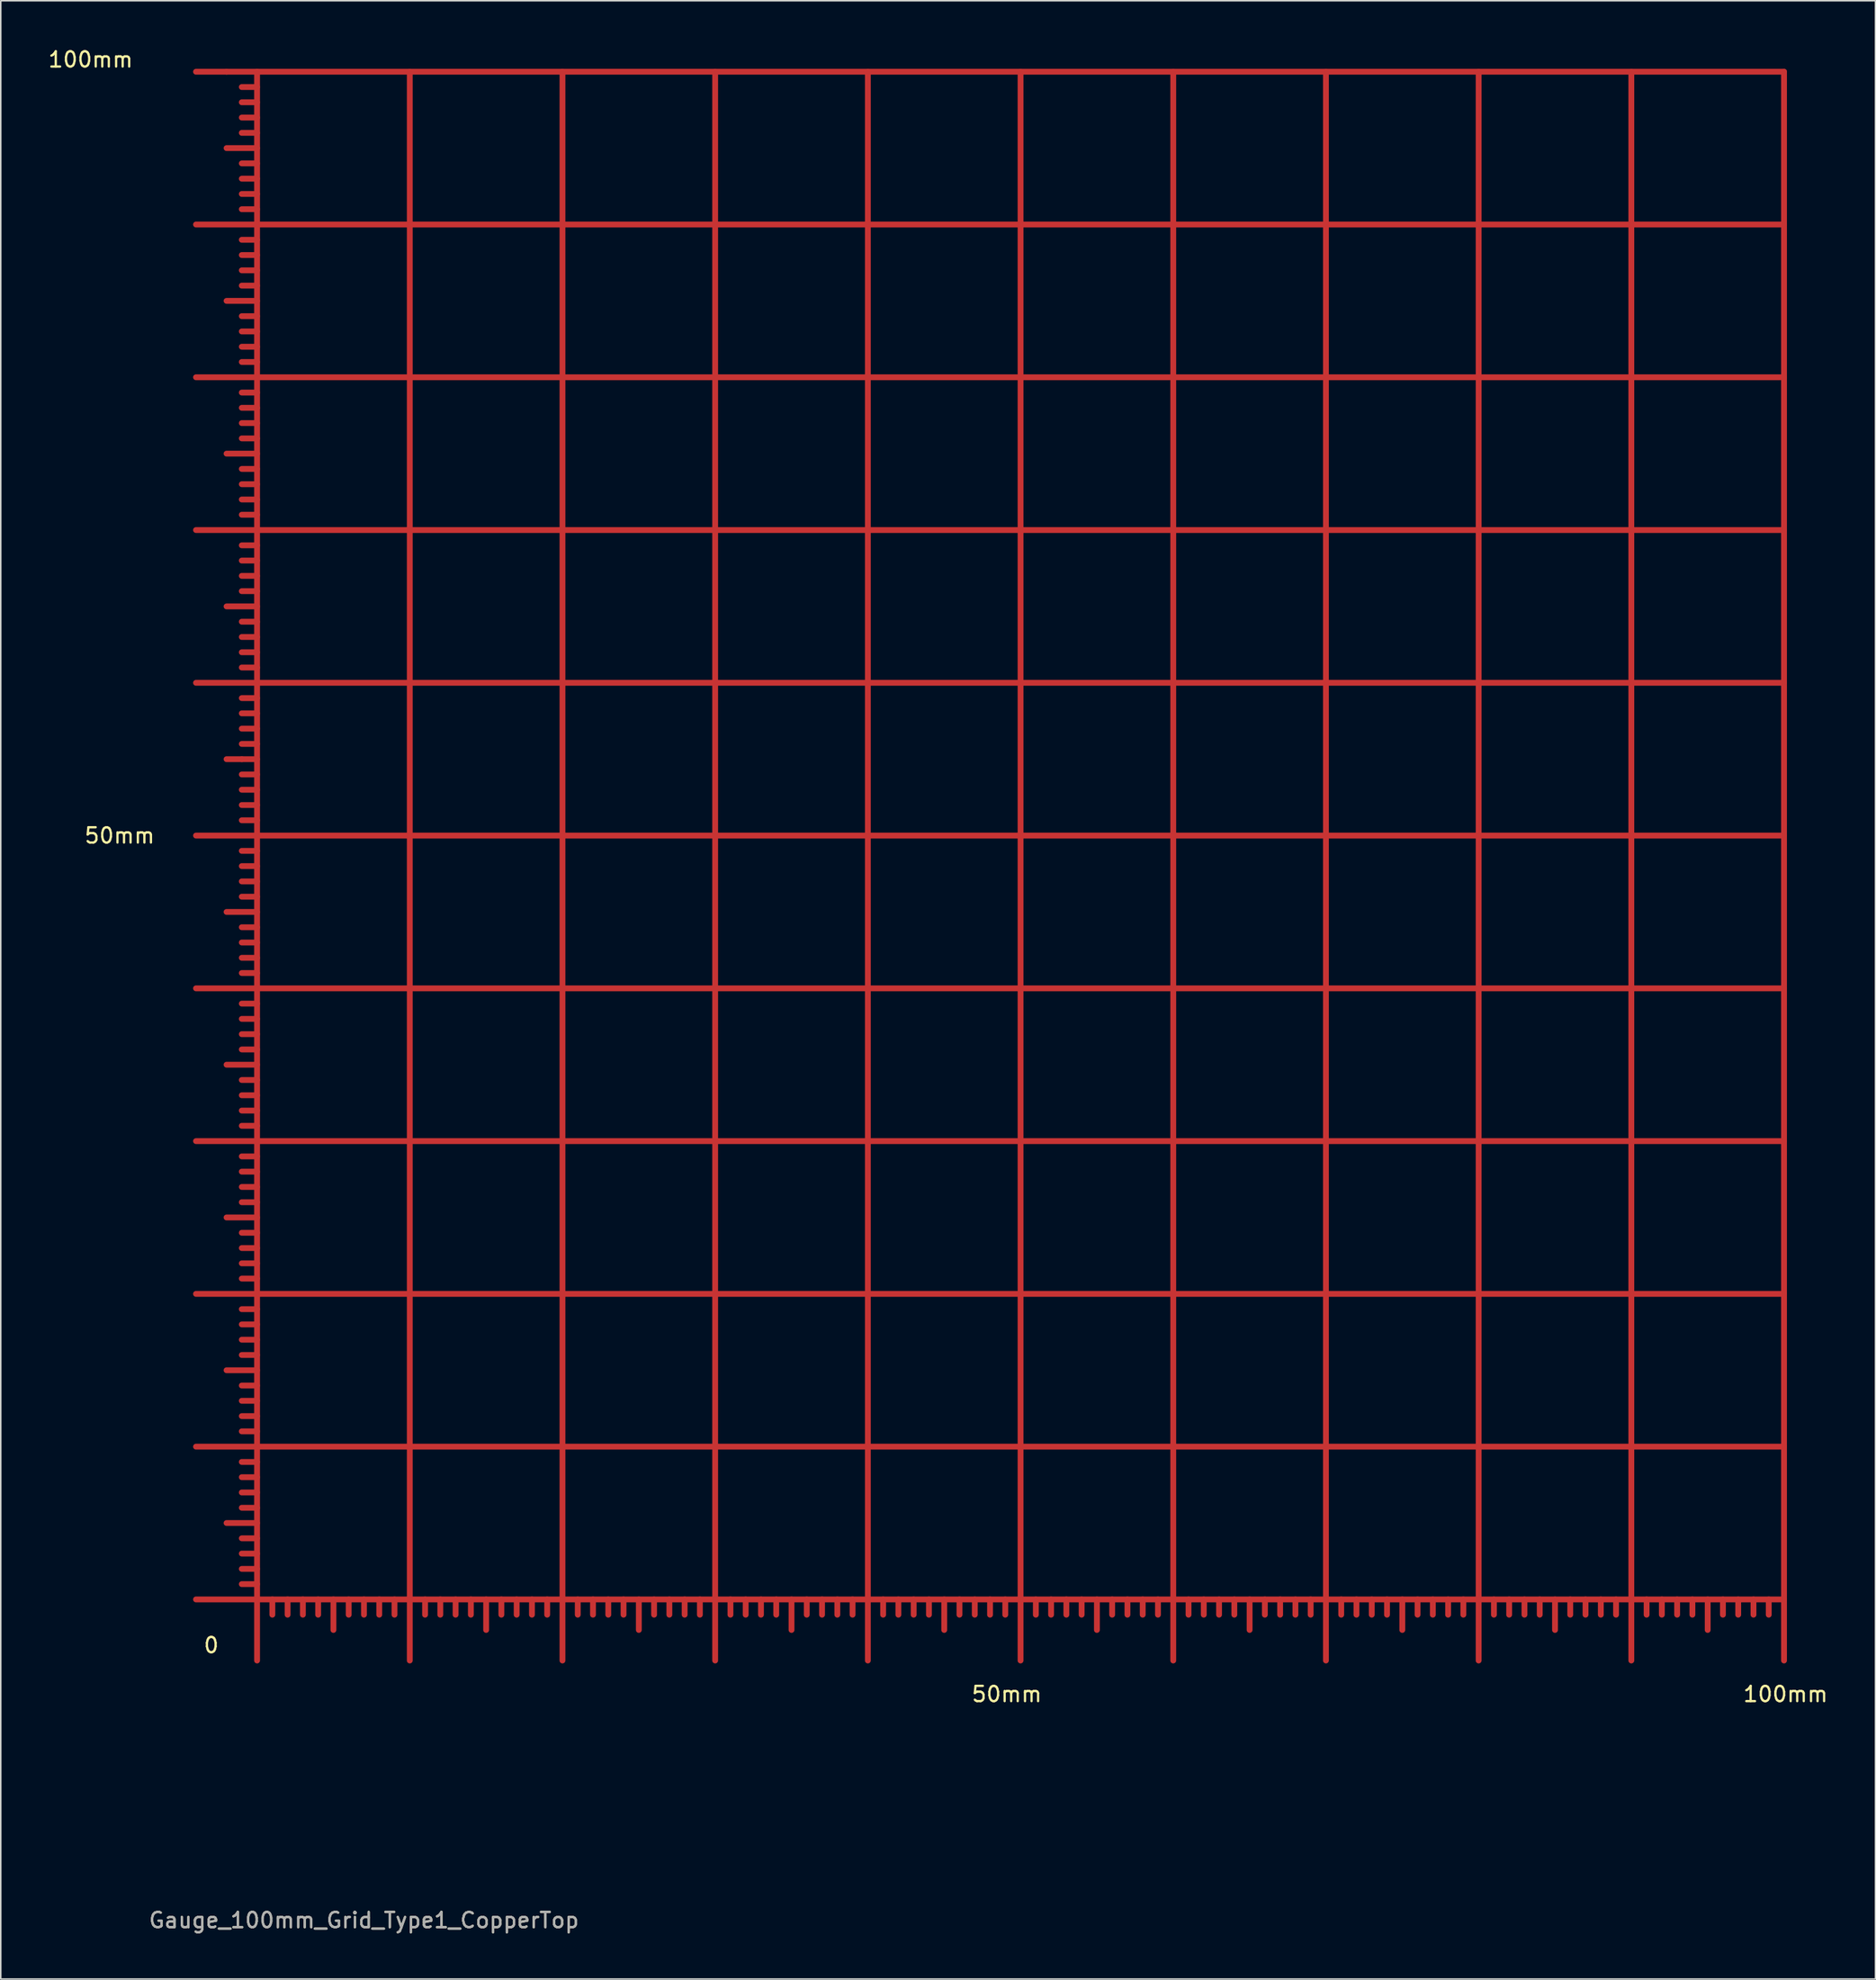
<source format=kicad_pcb>
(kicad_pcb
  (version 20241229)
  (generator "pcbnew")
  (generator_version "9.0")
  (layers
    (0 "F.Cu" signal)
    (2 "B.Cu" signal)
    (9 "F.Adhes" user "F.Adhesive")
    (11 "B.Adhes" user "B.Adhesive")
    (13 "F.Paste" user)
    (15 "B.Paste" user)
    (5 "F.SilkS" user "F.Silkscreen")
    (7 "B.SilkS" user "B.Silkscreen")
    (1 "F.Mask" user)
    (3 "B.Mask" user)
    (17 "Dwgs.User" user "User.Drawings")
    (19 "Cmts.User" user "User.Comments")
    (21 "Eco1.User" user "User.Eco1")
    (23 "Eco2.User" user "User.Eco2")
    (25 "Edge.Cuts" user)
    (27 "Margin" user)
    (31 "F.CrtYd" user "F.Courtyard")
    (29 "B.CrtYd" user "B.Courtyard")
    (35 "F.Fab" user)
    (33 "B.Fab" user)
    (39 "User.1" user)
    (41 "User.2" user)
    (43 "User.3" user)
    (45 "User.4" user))
  (footprint "Gauge_100mm_Grid_Type1_CopperTop"
    (layer "F.Cu")
    (at 13.786 101.646)
    (property "Reference" "Gauge_100mm_Grid_Type1_CopperTop" (at 7 21.001 0) (layer "F.SilkS") (effects (font (size 1 1) (thickness 0.15))))
    (attr exclude_from_pos_files exclude_from_bom)
    (fp_line (start -1.999 -100) (end -4 -100) (stroke (width 0.381) (type solid)) (layer "F.Cu"))
    (fp_line (start -1.001 -55.001) (end -1.999 -55.001) (stroke (width 0.381) (type solid)) (layer "F.Cu"))
    (fp_line (start 0 -100) (end -1.999 -100) (stroke (width 0.381) (type solid)) (layer "F.Cu"))
    (fp_line (start 0 -100) (end 100 -100) (stroke (width 0.381) (type solid)) (layer "F.Cu"))
    (fp_line (start 0 -98.999) (end -1.001 -98.999) (stroke (width 0.381) (type solid)) (layer "F.Cu"))
    (fp_line (start 0 -98.001) (end -1.001 -98.001) (stroke (width 0.381) (type solid)) (layer "F.Cu"))
    (fp_line (start 0 -97) (end -1.001 -97) (stroke (width 0.381) (type solid)) (layer "F.Cu"))
    (fp_line (start 0 -95.999) (end -1.001 -95.999) (stroke (width 0.381) (type solid)) (layer "F.Cu"))
    (fp_line (start 0 -95.001) (end -1.999 -95.001) (stroke (width 0.381) (type solid)) (layer "F.Cu"))
    (fp_line (start 0 -94) (end -1.001 -94) (stroke (width 0.381) (type solid)) (layer "F.Cu"))
    (fp_line (start 0 -93) (end -1.001 -93) (stroke (width 0.381) (type solid)) (layer "F.Cu"))
    (fp_line (start 0 -91.999) (end -1.001 -91.999) (stroke (width 0.381) (type solid)) (layer "F.Cu"))
    (fp_line (start 0 -91.001) (end -1.001 -91.001) (stroke (width 0.381) (type solid)) (layer "F.Cu"))
    (fp_line (start 0 -90) (end -4 -90) (stroke (width 0.381) (type solid)) (layer "F.Cu"))
    (fp_line (start 0 -90) (end 100 -90) (stroke (width 0.381) (type solid)) (layer "F.Cu"))
    (fp_line (start 0 -88.999) (end -1.001 -88.999) (stroke (width 0.381) (type solid)) (layer "F.Cu"))
    (fp_line (start 0 -88.001) (end -1.001 -88.001) (stroke (width 0.381) (type solid)) (layer "F.Cu"))
    (fp_line (start 0 -87) (end -1.001 -87) (stroke (width 0.381) (type solid)) (layer "F.Cu"))
    (fp_line (start 0 -85.999) (end -1.001 -85.999) (stroke (width 0.381) (type solid)) (layer "F.Cu"))
    (fp_line (start 0 -85.001) (end -1.999 -85.001) (stroke (width 0.381) (type solid)) (layer "F.Cu"))
    (fp_line (start 0 -84) (end -1.001 -84) (stroke (width 0.381) (type solid)) (layer "F.Cu"))
    (fp_line (start 0 -83) (end -1.001 -83) (stroke (width 0.381) (type solid)) (layer "F.Cu"))
    (fp_line (start 0 -81.999) (end -1.001 -81.999) (stroke (width 0.381) (type solid)) (layer "F.Cu"))
    (fp_line (start 0 -81.001) (end -1.001 -81.001) (stroke (width 0.381) (type solid)) (layer "F.Cu"))
    (fp_line (start 0 -80) (end -4 -80) (stroke (width 0.381) (type solid)) (layer "F.Cu"))
    (fp_line (start 0 -80) (end 100 -80) (stroke (width 0.381) (type solid)) (layer "F.Cu"))
    (fp_line (start 0 -78.999) (end -1.001 -78.999) (stroke (width 0.381) (type solid)) (layer "F.Cu"))
    (fp_line (start 0 -78.001) (end -1.001 -78.001) (stroke (width 0.381) (type solid)) (layer "F.Cu"))
    (fp_line (start 0 -77) (end -1.001 -77) (stroke (width 0.381) (type solid)) (layer "F.Cu"))
    (fp_line (start 0 -75.999) (end -1.001 -75.999) (stroke (width 0.381) (type solid)) (layer "F.Cu"))
    (fp_line (start 0 -75.001) (end -1.999 -75.001) (stroke (width 0.381) (type solid)) (layer "F.Cu"))
    (fp_line (start 0 -74) (end -1.001 -74) (stroke (width 0.381) (type solid)) (layer "F.Cu"))
    (fp_line (start 0 -73) (end -1.001 -73) (stroke (width 0.381) (type solid)) (layer "F.Cu"))
    (fp_line (start 0 -71.999) (end -1.001 -71.999) (stroke (width 0.381) (type solid)) (layer "F.Cu"))
    (fp_line (start 0 -71.001) (end -1.001 -71.001) (stroke (width 0.381) (type solid)) (layer "F.Cu"))
    (fp_line (start 0 -70) (end -4 -70) (stroke (width 0.381) (type solid)) (layer "F.Cu"))
    (fp_line (start 0 -70) (end 100 -70) (stroke (width 0.381) (type solid)) (layer "F.Cu"))
    (fp_line (start 0 -68.999) (end -1.001 -68.999) (stroke (width 0.381) (type solid)) (layer "F.Cu"))
    (fp_line (start 0 -68.001) (end -1.001 -68.001) (stroke (width 0.381) (type solid)) (layer "F.Cu"))
    (fp_line (start 0 -67) (end -1.001 -67) (stroke (width 0.381) (type solid)) (layer "F.Cu"))
    (fp_line (start 0 -65.999) (end -1.001 -65.999) (stroke (width 0.381) (type solid)) (layer "F.Cu"))
    (fp_line (start 0 -65.001) (end -1.999 -65.001) (stroke (width 0.381) (type solid)) (layer "F.Cu"))
    (fp_line (start 0 -64) (end -1.001 -64) (stroke (width 0.381) (type solid)) (layer "F.Cu"))
    (fp_line (start 0 -63) (end -1.001 -63) (stroke (width 0.381) (type solid)) (layer "F.Cu"))
    (fp_line (start 0 -61.999) (end -1.001 -61.999) (stroke (width 0.381) (type solid)) (layer "F.Cu"))
    (fp_line (start 0 -61.001) (end -1.001 -61.001) (stroke (width 0.381) (type solid)) (layer "F.Cu"))
    (fp_line (start 0 -60) (end -4 -60) (stroke (width 0.381) (type solid)) (layer "F.Cu"))
    (fp_line (start 0 -60) (end 100 -60) (stroke (width 0.381) (type solid)) (layer "F.Cu"))
    (fp_line (start 0 -58.999) (end -1.001 -58.999) (stroke (width 0.381) (type solid)) (layer "F.Cu"))
    (fp_line (start 0 -58.001) (end -1.001 -58.001) (stroke (width 0.381) (type solid)) (layer "F.Cu"))
    (fp_line (start 0 -57) (end -1.001 -57) (stroke (width 0.381) (type solid)) (layer "F.Cu"))
    (fp_line (start 0 -55.999) (end -1.001 -55.999) (stroke (width 0.381) (type solid)) (layer "F.Cu"))
    (fp_line (start 0 -55.001) (end -1.001 -55.001) (stroke (width 0.381) (type solid)) (layer "F.Cu"))
    (fp_line (start 0 -54) (end -1.001 -54) (stroke (width 0.381) (type solid)) (layer "F.Cu"))
    (fp_line (start 0 -53) (end -1.001 -53) (stroke (width 0.381) (type solid)) (layer "F.Cu"))
    (fp_line (start 0 -51.999) (end -1.001 -51.999) (stroke (width 0.381) (type solid)) (layer "F.Cu"))
    (fp_line (start 0 -51.001) (end -1.001 -51.001) (stroke (width 0.381) (type solid)) (layer "F.Cu"))
    (fp_line (start 0 -50) (end -4 -50) (stroke (width 0.381) (type solid)) (layer "F.Cu"))
    (fp_line (start 0 -50) (end 100 -50) (stroke (width 0.381) (type solid)) (layer "F.Cu"))
    (fp_line (start 0 -48.999) (end -1.001 -48.999) (stroke (width 0.381) (type solid)) (layer "F.Cu"))
    (fp_line (start 0 -48.001) (end -1.001 -48.001) (stroke (width 0.381) (type solid)) (layer "F.Cu"))
    (fp_line (start 0 -47) (end -1.001 -47) (stroke (width 0.381) (type solid)) (layer "F.Cu"))
    (fp_line (start 0 -45.999) (end -1.001 -45.999) (stroke (width 0.381) (type solid)) (layer "F.Cu"))
    (fp_line (start 0 -45.001) (end -1.999 -45.001) (stroke (width 0.381) (type solid)) (layer "F.Cu"))
    (fp_line (start 0 -44) (end -1.001 -44) (stroke (width 0.381) (type solid)) (layer "F.Cu"))
    (fp_line (start 0 -43) (end -1.001 -43) (stroke (width 0.381) (type solid)) (layer "F.Cu"))
    (fp_line (start 0 -41.999) (end -1.001 -41.999) (stroke (width 0.381) (type solid)) (layer "F.Cu"))
    (fp_line (start 0 -41.001) (end -1.001 -41.001) (stroke (width 0.381) (type solid)) (layer "F.Cu"))
    (fp_line (start 0 -40) (end -4 -40) (stroke (width 0.381) (type solid)) (layer "F.Cu"))
    (fp_line (start 0 -40) (end 100 -40) (stroke (width 0.381) (type solid)) (layer "F.Cu"))
    (fp_line (start 0 -38.999) (end -1.001 -38.999) (stroke (width 0.381) (type solid)) (layer "F.Cu"))
    (fp_line (start 0 -38.001) (end -1.001 -38.001) (stroke (width 0.381) (type solid)) (layer "F.Cu"))
    (fp_line (start 0 -37) (end -1.001 -37) (stroke (width 0.381) (type solid)) (layer "F.Cu"))
    (fp_line (start 0 -35.999) (end -1.001 -35.999) (stroke (width 0.381) (type solid)) (layer "F.Cu"))
    (fp_line (start 0 -35.001) (end -1.999 -35.001) (stroke (width 0.381) (type solid)) (layer "F.Cu"))
    (fp_line (start 0 -34) (end -1.001 -34) (stroke (width 0.381) (type solid)) (layer "F.Cu"))
    (fp_line (start 0 -33) (end -1.001 -33) (stroke (width 0.381) (type solid)) (layer "F.Cu"))
    (fp_line (start 0 -31.999) (end -1.001 -31.999) (stroke (width 0.381) (type solid)) (layer "F.Cu"))
    (fp_line (start 0 -31.001) (end -1.001 -31.001) (stroke (width 0.381) (type solid)) (layer "F.Cu"))
    (fp_line (start 0 -30) (end -4 -30) (stroke (width 0.381) (type solid)) (layer "F.Cu"))
    (fp_line (start 0 -30) (end 100 -30) (stroke (width 0.381) (type solid)) (layer "F.Cu"))
    (fp_line (start 0 -28.999) (end -1.001 -28.999) (stroke (width 0.381) (type solid)) (layer "F.Cu"))
    (fp_line (start 0 -28.001) (end -1.001 -28.001) (stroke (width 0.381) (type solid)) (layer "F.Cu"))
    (fp_line (start 0 -27) (end -1.001 -27) (stroke (width 0.381) (type solid)) (layer "F.Cu"))
    (fp_line (start 0 -25.999) (end -1.001 -25.999) (stroke (width 0.381) (type solid)) (layer "F.Cu"))
    (fp_line (start 0 -25.001) (end -1.999 -25.001) (stroke (width 0.381) (type solid)) (layer "F.Cu"))
    (fp_line (start 0 -24) (end -1.001 -24) (stroke (width 0.381) (type solid)) (layer "F.Cu"))
    (fp_line (start 0 -23) (end -1.001 -23) (stroke (width 0.381) (type solid)) (layer "F.Cu"))
    (fp_line (start 0 -21.999) (end -1.001 -21.999) (stroke (width 0.381) (type solid)) (layer "F.Cu"))
    (fp_line (start 0 -21.001) (end -1.001 -21.001) (stroke (width 0.381) (type solid)) (layer "F.Cu"))
    (fp_line (start 0 -20) (end -4 -20) (stroke (width 0.381) (type solid)) (layer "F.Cu"))
    (fp_line (start 0 -20) (end 100 -20) (stroke (width 0.381) (type solid)) (layer "F.Cu"))
    (fp_line (start 0 -18.999) (end -1.001 -18.999) (stroke (width 0.381) (type solid)) (layer "F.Cu"))
    (fp_line (start 0 -18.001) (end -1.001 -18.001) (stroke (width 0.381) (type solid)) (layer "F.Cu"))
    (fp_line (start 0 -17) (end -1.001 -17) (stroke (width 0.381) (type solid)) (layer "F.Cu"))
    (fp_line (start 0 -15.999) (end -1.001 -15.999) (stroke (width 0.381) (type solid)) (layer "F.Cu"))
    (fp_line (start 0 -15.001) (end -1.999 -15.001) (stroke (width 0.381) (type solid)) (layer "F.Cu"))
    (fp_line (start 0 -14) (end -1.001 -14) (stroke (width 0.381) (type solid)) (layer "F.Cu"))
    (fp_line (start 0 -13) (end -1.001 -13) (stroke (width 0.381) (type solid)) (layer "F.Cu"))
    (fp_line (start 0 -11.999) (end -1.001 -11.999) (stroke (width 0.381) (type solid)) (layer "F.Cu"))
    (fp_line (start 0 -11.001) (end -1.001 -11.001) (stroke (width 0.381) (type solid)) (layer "F.Cu"))
    (fp_line (start 0 -10) (end -4 -10) (stroke (width 0.381) (type solid)) (layer "F.Cu"))
    (fp_line (start 0 -10) (end 100 -10) (stroke (width 0.381) (type solid)) (layer "F.Cu"))
    (fp_line (start 0 -8.999) (end -1.001 -8.999) (stroke (width 0.381) (type solid)) (layer "F.Cu"))
    (fp_line (start 0 -8.001) (end -1.001 -8.001) (stroke (width 0.381) (type solid)) (layer "F.Cu"))
    (fp_line (start 0 -7) (end -1.001 -7) (stroke (width 0.381) (type solid)) (layer "F.Cu"))
    (fp_line (start 0 -5.999) (end -1.001 -5.999) (stroke (width 0.381) (type solid)) (layer "F.Cu"))
    (fp_line (start 0 -5.001) (end -1.999 -5.001) (stroke (width 0.381) (type solid)) (layer "F.Cu"))
    (fp_line (start 0 -4) (end -1.001 -4) (stroke (width 0.381) (type solid)) (layer "F.Cu"))
    (fp_line (start 0 -3) (end -1.001 -3) (stroke (width 0.381) (type solid)) (layer "F.Cu"))
    (fp_line (start 0 -1.999) (end -1.001 -1.999) (stroke (width 0.381) (type solid)) (layer "F.Cu"))
    (fp_line (start 0 -1.001) (end -1.001 -1.001) (stroke (width 0.381) (type solid)) (layer "F.Cu"))
    (fp_line (start 0 0) (end -4 0) (stroke (width 0.381) (type solid)) (layer "F.Cu"))
    (fp_line (start 0 0) (end 0 -100) (stroke (width 0.381) (type solid)) (layer "F.Cu"))
    (fp_line (start 0 0) (end 0 4) (stroke (width 0.381) (type solid)) (layer "F.Cu"))
    (fp_line (start 0 0) (end 100 0) (stroke (width 0.381) (type solid)) (layer "F.Cu"))
    (fp_line (start 1.001 0) (end 1.001 1.001) (stroke (width 0.381) (type solid)) (layer "F.Cu"))
    (fp_line (start 1.999 0) (end 1.999 1.001) (stroke (width 0.381) (type solid)) (layer "F.Cu"))
    (fp_line (start 3 0) (end 3 1.001) (stroke (width 0.381) (type solid)) (layer "F.Cu"))
    (fp_line (start 4 0) (end 4 1.001) (stroke (width 0.381) (type solid)) (layer "F.Cu"))
    (fp_line (start 5.001 0) (end 5.001 1.999) (stroke (width 0.381) (type solid)) (layer "F.Cu"))
    (fp_line (start 5.999 0) (end 5.999 1.001) (stroke (width 0.381) (type solid)) (layer "F.Cu"))
    (fp_line (start 7 0) (end 7 1.001) (stroke (width 0.381) (type solid)) (layer "F.Cu"))
    (fp_line (start 8.001 0) (end 8.001 1.001) (stroke (width 0.381) (type solid)) (layer "F.Cu"))
    (fp_line (start 8.999 0) (end 8.999 1.001) (stroke (width 0.381) (type solid)) (layer "F.Cu"))
    (fp_line (start 10 0) (end 10 -100) (stroke (width 0.381) (type solid)) (layer "F.Cu"))
    (fp_line (start 10 0) (end 10 4) (stroke (width 0.381) (type solid)) (layer "F.Cu"))
    (fp_line (start 11.001 0) (end 11.001 1.001) (stroke (width 0.381) (type solid)) (layer "F.Cu"))
    (fp_line (start 11.999 0) (end 11.999 1.001) (stroke (width 0.381) (type solid)) (layer "F.Cu"))
    (fp_line (start 13 0) (end 13 1.001) (stroke (width 0.381) (type solid)) (layer "F.Cu"))
    (fp_line (start 14 0) (end 14 1.001) (stroke (width 0.381) (type solid)) (layer "F.Cu"))
    (fp_line (start 15.001 0) (end 15.001 1.999) (stroke (width 0.381) (type solid)) (layer "F.Cu"))
    (fp_line (start 15.999 0) (end 15.999 1.001) (stroke (width 0.381) (type solid)) (layer "F.Cu"))
    (fp_line (start 17 0) (end 17 1.001) (stroke (width 0.381) (type solid)) (layer "F.Cu"))
    (fp_line (start 18.001 0) (end 18.001 1.001) (stroke (width 0.381) (type solid)) (layer "F.Cu"))
    (fp_line (start 18.999 0) (end 18.999 1.001) (stroke (width 0.381) (type solid)) (layer "F.Cu"))
    (fp_line (start 20 0) (end 20 -100) (stroke (width 0.381) (type solid)) (layer "F.Cu"))
    (fp_line (start 20 0) (end 20 4) (stroke (width 0.381) (type solid)) (layer "F.Cu"))
    (fp_line (start 21.001 0) (end 21.001 1.001) (stroke (width 0.381) (type solid)) (layer "F.Cu"))
    (fp_line (start 21.999 0) (end 21.999 1.001) (stroke (width 0.381) (type solid)) (layer "F.Cu"))
    (fp_line (start 23 0) (end 23 1.001) (stroke (width 0.381) (type solid)) (layer "F.Cu"))
    (fp_line (start 24 0) (end 24 1.001) (stroke (width 0.381) (type solid)) (layer "F.Cu"))
    (fp_line (start 25.001 0) (end 25.001 1.999) (stroke (width 0.381) (type solid)) (layer "F.Cu"))
    (fp_line (start 25.999 0) (end 25.999 1.001) (stroke (width 0.381) (type solid)) (layer "F.Cu"))
    (fp_line (start 27 0) (end 27 1.001) (stroke (width 0.381) (type solid)) (layer "F.Cu"))
    (fp_line (start 28.001 0) (end 28.001 1.001) (stroke (width 0.381) (type solid)) (layer "F.Cu"))
    (fp_line (start 28.999 0) (end 28.999 1.001) (stroke (width 0.381) (type solid)) (layer "F.Cu"))
    (fp_line (start 30 0) (end 30 -100) (stroke (width 0.381) (type solid)) (layer "F.Cu"))
    (fp_line (start 30 0) (end 30 4) (stroke (width 0.381) (type solid)) (layer "F.Cu"))
    (fp_line (start 31.001 0) (end 31.001 1.001) (stroke (width 0.381) (type solid)) (layer "F.Cu"))
    (fp_line (start 31.999 0) (end 31.999 1.001) (stroke (width 0.381) (type solid)) (layer "F.Cu"))
    (fp_line (start 33 0) (end 33 1.001) (stroke (width 0.381) (type solid)) (layer "F.Cu"))
    (fp_line (start 34 0) (end 34 1.001) (stroke (width 0.381) (type solid)) (layer "F.Cu"))
    (fp_line (start 35.001 0) (end 35.001 1.999) (stroke (width 0.381) (type solid)) (layer "F.Cu"))
    (fp_line (start 35.999 0) (end 35.999 1.001) (stroke (width 0.381) (type solid)) (layer "F.Cu"))
    (fp_line (start 37 0) (end 37 1.001) (stroke (width 0.381) (type solid)) (layer "F.Cu"))
    (fp_line (start 38.001 0) (end 38.001 1.001) (stroke (width 0.381) (type solid)) (layer "F.Cu"))
    (fp_line (start 38.999 0) (end 38.999 1.001) (stroke (width 0.381) (type solid)) (layer "F.Cu"))
    (fp_line (start 40 0) (end 40 -100) (stroke (width 0.381) (type solid)) (layer "F.Cu"))
    (fp_line (start 40 0) (end 40 4) (stroke (width 0.381) (type solid)) (layer "F.Cu"))
    (fp_line (start 41.001 0) (end 41.001 1.001) (stroke (width 0.381) (type solid)) (layer "F.Cu"))
    (fp_line (start 41.999 0) (end 41.999 1.001) (stroke (width 0.381) (type solid)) (layer "F.Cu"))
    (fp_line (start 43 0) (end 43 1.001) (stroke (width 0.381) (type solid)) (layer "F.Cu"))
    (fp_line (start 44 0) (end 44 1.001) (stroke (width 0.381) (type solid)) (layer "F.Cu"))
    (fp_line (start 45.001 0) (end 45.001 1.999) (stroke (width 0.381) (type solid)) (layer "F.Cu"))
    (fp_line (start 45.999 0) (end 45.999 1.001) (stroke (width 0.381) (type solid)) (layer "F.Cu"))
    (fp_line (start 47 0) (end 47 1.001) (stroke (width 0.381) (type solid)) (layer "F.Cu"))
    (fp_line (start 48.001 0) (end 48.001 1.001) (stroke (width 0.381) (type solid)) (layer "F.Cu"))
    (fp_line (start 48.999 0) (end 48.999 1.001) (stroke (width 0.381) (type solid)) (layer "F.Cu"))
    (fp_line (start 50 0) (end 50 -100) (stroke (width 0.381) (type solid)) (layer "F.Cu"))
    (fp_line (start 50 0) (end 50 4) (stroke (width 0.381) (type solid)) (layer "F.Cu"))
    (fp_line (start 51.001 0) (end 51.001 1.001) (stroke (width 0.381) (type solid)) (layer "F.Cu"))
    (fp_line (start 51.999 0) (end 51.999 1.001) (stroke (width 0.381) (type solid)) (layer "F.Cu"))
    (fp_line (start 53 0) (end 53 1.001) (stroke (width 0.381) (type solid)) (layer "F.Cu"))
    (fp_line (start 54 0) (end 54 1.001) (stroke (width 0.381) (type solid)) (layer "F.Cu"))
    (fp_line (start 55.001 0) (end 55.001 1.999) (stroke (width 0.381) (type solid)) (layer "F.Cu"))
    (fp_line (start 55.999 0) (end 55.999 1.001) (stroke (width 0.381) (type solid)) (layer "F.Cu"))
    (fp_line (start 57 0) (end 57 1.001) (stroke (width 0.381) (type solid)) (layer "F.Cu"))
    (fp_line (start 58.001 0) (end 58.001 1.001) (stroke (width 0.381) (type solid)) (layer "F.Cu"))
    (fp_line (start 58.999 0) (end 58.999 1.001) (stroke (width 0.381) (type solid)) (layer "F.Cu"))
    (fp_line (start 60 -100) (end 60 0) (stroke (width 0.381) (type solid)) (layer "F.Cu"))
    (fp_line (start 60 0) (end 60 4) (stroke (width 0.381) (type solid)) (layer "F.Cu"))
    (fp_line (start 61.001 0) (end 61.001 1.001) (stroke (width 0.381) (type solid)) (layer "F.Cu"))
    (fp_line (start 61.999 0) (end 61.999 1.001) (stroke (width 0.381) (type solid)) (layer "F.Cu"))
    (fp_line (start 63 0) (end 63 1.001) (stroke (width 0.381) (type solid)) (layer "F.Cu"))
    (fp_line (start 64 0) (end 64 1.001) (stroke (width 0.381) (type solid)) (layer "F.Cu"))
    (fp_line (start 65.001 0) (end 65.001 1.999) (stroke (width 0.381) (type solid)) (layer "F.Cu"))
    (fp_line (start 65.999 0) (end 65.999 1.001) (stroke (width 0.381) (type solid)) (layer "F.Cu"))
    (fp_line (start 67 0) (end 67 1.001) (stroke (width 0.381) (type solid)) (layer "F.Cu"))
    (fp_line (start 68.001 0) (end 68.001 1.001) (stroke (width 0.381) (type solid)) (layer "F.Cu"))
    (fp_line (start 68.999 0) (end 68.999 1.001) (stroke (width 0.381) (type solid)) (layer "F.Cu"))
    (fp_line (start 70 0) (end 70 -100) (stroke (width 0.381) (type solid)) (layer "F.Cu"))
    (fp_line (start 70 0) (end 70 4) (stroke (width 0.381) (type solid)) (layer "F.Cu"))
    (fp_line (start 71.001 0) (end 71.001 1.001) (stroke (width 0.381) (type solid)) (layer "F.Cu"))
    (fp_line (start 71.999 0) (end 71.999 1.001) (stroke (width 0.381) (type solid)) (layer "F.Cu"))
    (fp_line (start 73 0) (end 73 1.001) (stroke (width 0.381) (type solid)) (layer "F.Cu"))
    (fp_line (start 74 0) (end 74 1.001) (stroke (width 0.381) (type solid)) (layer "F.Cu"))
    (fp_line (start 75.001 0) (end 75.001 1.999) (stroke (width 0.381) (type solid)) (layer "F.Cu"))
    (fp_line (start 75.999 0) (end 75.999 1.001) (stroke (width 0.381) (type solid)) (layer "F.Cu"))
    (fp_line (start 77 0) (end 77 1.001) (stroke (width 0.381) (type solid)) (layer "F.Cu"))
    (fp_line (start 78.001 0) (end 78.001 1.001) (stroke (width 0.381) (type solid)) (layer "F.Cu"))
    (fp_line (start 78.999 0) (end 78.999 1.001) (stroke (width 0.381) (type solid)) (layer "F.Cu"))
    (fp_line (start 80 -100) (end 80 0) (stroke (width 0.381) (type solid)) (layer "F.Cu"))
    (fp_line (start 80 0) (end 80 4) (stroke (width 0.381) (type solid)) (layer "F.Cu"))
    (fp_line (start 81.001 0) (end 81.001 1.001) (stroke (width 0.381) (type solid)) (layer "F.Cu"))
    (fp_line (start 81.999 0) (end 81.999 1.001) (stroke (width 0.381) (type solid)) (layer "F.Cu"))
    (fp_line (start 83 0) (end 83 1.001) (stroke (width 0.381) (type solid)) (layer "F.Cu"))
    (fp_line (start 84 0) (end 84 1.001) (stroke (width 0.381) (type solid)) (layer "F.Cu"))
    (fp_line (start 85.001 0) (end 85.001 1.999) (stroke (width 0.381) (type solid)) (layer "F.Cu"))
    (fp_line (start 85.999 0) (end 85.999 1.001) (stroke (width 0.381) (type solid)) (layer "F.Cu"))
    (fp_line (start 87 0) (end 87 1.001) (stroke (width 0.381) (type solid)) (layer "F.Cu"))
    (fp_line (start 88.001 0) (end 88.001 1.001) (stroke (width 0.381) (type solid)) (layer "F.Cu"))
    (fp_line (start 88.999 0) (end 88.999 1.001) (stroke (width 0.381) (type solid)) (layer "F.Cu"))
    (fp_line (start 90 0) (end 90 -100) (stroke (width 0.381) (type solid)) (layer "F.Cu"))
    (fp_line (start 90 0) (end 90 4) (stroke (width 0.381) (type solid)) (layer "F.Cu"))
    (fp_line (start 91.001 0) (end 91.001 1.001) (stroke (width 0.381) (type solid)) (layer "F.Cu"))
    (fp_line (start 91.999 0) (end 91.999 1.001) (stroke (width 0.381) (type solid)) (layer "F.Cu"))
    (fp_line (start 93 0) (end 93 1.001) (stroke (width 0.381) (type solid)) (layer "F.Cu"))
    (fp_line (start 94 0) (end 94 1.001) (stroke (width 0.381) (type solid)) (layer "F.Cu"))
    (fp_line (start 95.001 0) (end 95.001 1.999) (stroke (width 0.381) (type solid)) (layer "F.Cu"))
    (fp_line (start 95.999 0) (end 95.999 1.001) (stroke (width 0.381) (type solid)) (layer "F.Cu"))
    (fp_line (start 97 0) (end 97 1.001) (stroke (width 0.381) (type solid)) (layer "F.Cu"))
    (fp_line (start 98.001 0) (end 98.001 1.001) (stroke (width 0.381) (type solid)) (layer "F.Cu"))
    (fp_line (start 98.999 0) (end 98.999 1.001) (stroke (width 0.381) (type solid)) (layer "F.Cu"))
    (fp_line (start 100 -100) (end 100 0) (stroke (width 0.381) (type solid)) (layer "F.Cu"))
    (fp_line (start 100 0) (end 100 4) (stroke (width 0.381) (type solid)) (layer "F.Cu"))
    (fp_text user "50mm" (at -8.999 -50 0) (layer "F.SilkS") (effects (font (size 1 1) (thickness 0.15))))
    (fp_text user "50mm" (at 49.101 6.203 0) (layer "F.SilkS") (effects (font (size 1 1) (thickness 0.15))))
    (fp_text user "100mm" (at 100.101 6.203 0) (layer "F.SilkS") (effects (font (size 1 1) (thickness 0.15))))
    (fp_text user "0" (at -3 3 0) (layer "F.SilkS") (effects (font (size 1 1) (thickness 0.15))))
    (fp_text user "100mm" (at -10.899 -100.797 0) (layer "F.SilkS") (effects (font (size 1 1) (thickness 0.15))))
    (fp_text user "${REFERENCE}" (at 7 21.001 0) (layer "F.Fab") (effects (font (size 1 1) (thickness 0.15)))))
  (gr_rect
    (start -3 -3)
    (end 119.774 126.495)
    (stroke (width 0.1) (type default))
    (fill no)
    (layer "Edge.Cuts")))
</source>
